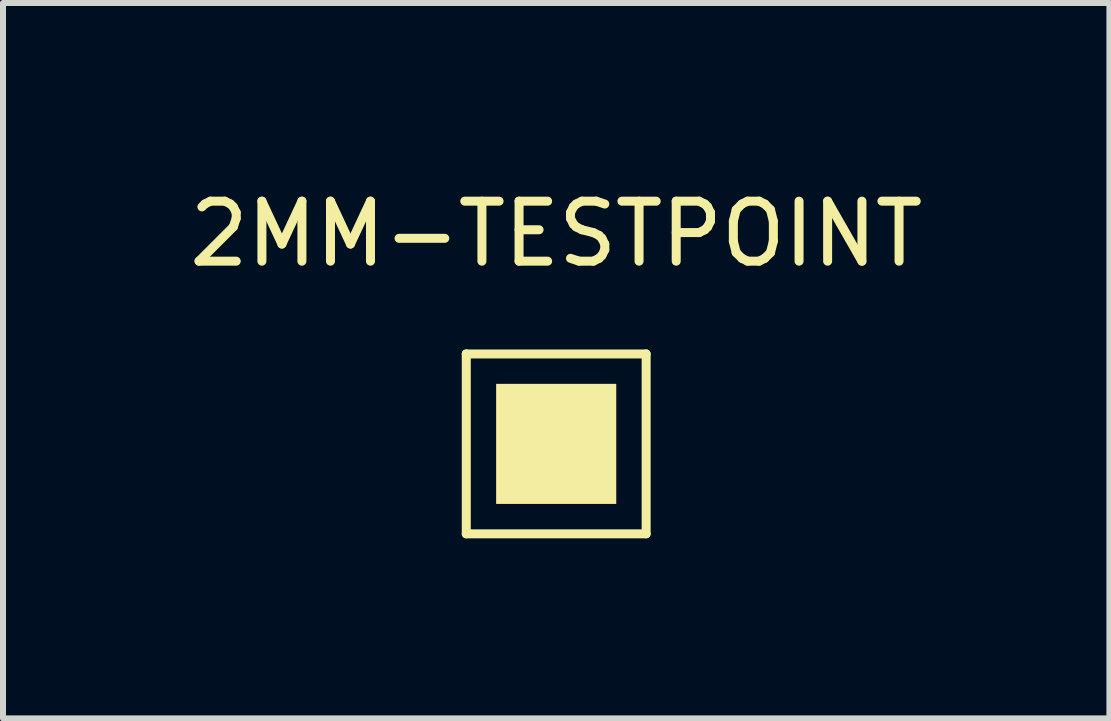
<source format=kicad_pcb>
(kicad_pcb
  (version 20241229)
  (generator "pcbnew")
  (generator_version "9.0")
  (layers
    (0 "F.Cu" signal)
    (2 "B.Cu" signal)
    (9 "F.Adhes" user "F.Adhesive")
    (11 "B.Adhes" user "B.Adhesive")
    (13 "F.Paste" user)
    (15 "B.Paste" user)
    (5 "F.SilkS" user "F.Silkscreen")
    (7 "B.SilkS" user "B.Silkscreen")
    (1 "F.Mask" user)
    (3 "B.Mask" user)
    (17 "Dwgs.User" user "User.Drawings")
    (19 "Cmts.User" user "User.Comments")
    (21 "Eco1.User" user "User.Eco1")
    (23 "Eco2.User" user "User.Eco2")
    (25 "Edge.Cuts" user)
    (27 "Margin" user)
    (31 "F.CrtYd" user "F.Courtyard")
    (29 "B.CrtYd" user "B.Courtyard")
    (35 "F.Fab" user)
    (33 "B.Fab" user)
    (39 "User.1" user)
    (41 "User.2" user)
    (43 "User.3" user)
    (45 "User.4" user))
  (footprint "2MM-TESTPOINT"
    (layer "F.Cu")
    (at 6.22 4.348)
    (property "Reference" "2MM-TESTPOINT" (at 0 -3.5 0) (layer "F.SilkS") (effects (font (size 1 1) (thickness 0.15))))
    (attr through_hole)
    (fp_line (start -1.499 -1.499) (end 1.499 -1.499) (stroke (width 0.15) (type solid)) (layer "F.SilkS"))
    (fp_line (start -1.499 1.499) (end -1.499 -1.499) (stroke (width 0.15) (type solid)) (layer "F.SilkS"))
    (fp_line (start 1.499 -1.499) (end 1.499 1.499) (stroke (width 0.15) (type solid)) (layer "F.SilkS"))
    (fp_line (start 1.499 1.499) (end -1.499 1.499) (stroke (width 0.15) (type solid)) (layer "F.SilkS"))
    (pad "1" smd rect (at 0 0) (size 2 2) (layers "F.Cu" "F.Mask" "F.SilkS" "F.Paste")))
  (gr_rect
    (start -3 -3)
    (end 15.44 8.923)
    (stroke (width 0.1) (type default))
    (fill no)
    (layer "Edge.Cuts")))
</source>
